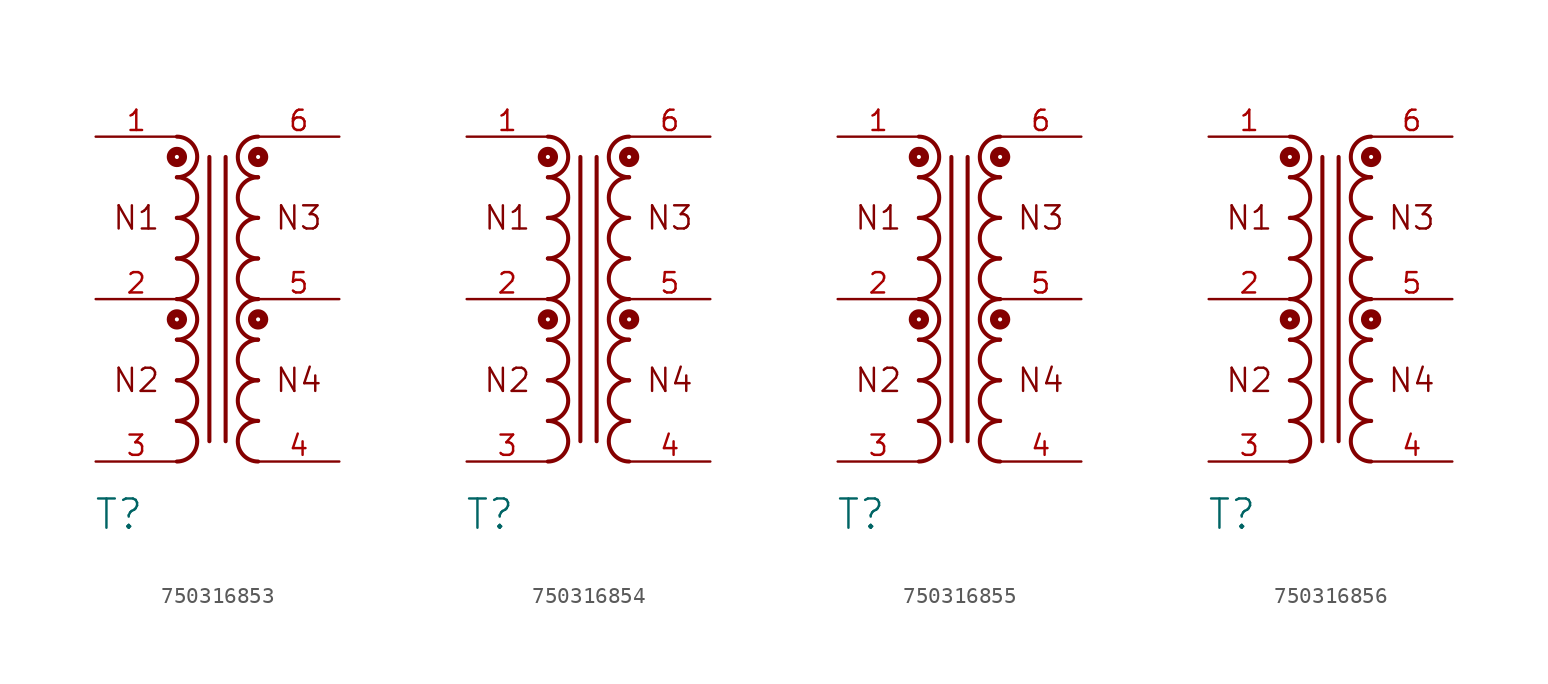
<source format=kicad_sym>
(kicad_symbol_lib
  (version 20231120)
  (generator "kicad_symbol_editor")
  (generator_version "8.0")
  (symbol "750316853"
    (property "Reference" "T"
      (at 1.457 -23.622 0)
      (effects (font (size 1.829 1.829))))
    (symbol "750316853_1_0"
      (polyline (pts (xy 7.112 -1.27) (xy 7.112 -19.05)) (stroke (width 0.254) (type solid)) (fill (type none)))
      (polyline (pts (xy 8.128 -1.27) (xy 8.128 -19.05)) (stroke (width 0.254) (type solid)) (fill (type none)))
      (arc (start 5.08 -20.32) (mid 6.35 -19.05) (end 5.08 -17.78) (stroke (width 0.254) (type solid)) (fill (type none)))
      (arc (start 5.08 -17.78) (mid 6.35 -16.51) (end 5.08 -15.24) (stroke (width 0.254) (type solid)) (fill (type none)))
      (arc (start 5.08 -15.24) (mid 6.35 -13.97) (end 5.08 -12.7) (stroke (width 0.254) (type solid)) (fill (type none)))
      (arc (start 5.08 -12.7) (mid 6.35 -11.43) (end 5.08 -10.16) (stroke (width 0.254) (type solid)) (fill (type none)))
      (circle (center 5.08 -11.43) (radius 0.127) (stroke (width 0.508) (type solid)) (fill (type none)))
      (arc (start 5.08 -10.16) (mid 6.35 -8.89) (end 5.08 -7.62) (stroke (width 0.254) (type solid)) (fill (type none)))
      (arc (start 5.08 -7.62) (mid 6.35 -6.35) (end 5.08 -5.08) (stroke (width 0.254) (type solid)) (fill (type none)))
      (arc (start 5.08 -5.08) (mid 6.35 -3.81) (end 5.08 -2.54) (stroke (width 0.254) (type solid)) (fill (type none)))
      (arc (start 5.08 -2.54) (mid 6.35 -1.27) (end 5.08 0) (stroke (width 0.254) (type solid)) (fill (type none)))
      (circle (center 5.08 -1.27) (radius 0.127) (stroke (width 0.508) (type solid)) (fill (type none)))
      (arc (start 10.16 -17.78) (mid 8.89 -19.05) (end 10.16 -20.32) (stroke (width 0.254) (type solid)) (fill (type none)))
      (arc (start 10.16 -15.24) (mid 8.89 -16.51) (end 10.16 -17.78) (stroke (width 0.254) (type solid)) (fill (type none)))
      (arc (start 10.16 -12.7) (mid 8.89 -13.97) (end 10.16 -15.24) (stroke (width 0.254) (type solid)) (fill (type none)))
      (circle (center 10.16 -11.43) (radius 0.127) (stroke (width 0.508) (type solid)) (fill (type none)))
      (arc (start 10.16 -10.16) (mid 8.89 -11.43) (end 10.16 -12.7) (stroke (width 0.254) (type solid)) (fill (type none)))
      (arc (start 10.16 -7.62) (mid 8.89 -8.89) (end 10.16 -10.16) (stroke (width 0.254) (type solid)) (fill (type none)))
      (arc (start 10.16 -5.08) (mid 8.89 -6.35) (end 10.16 -7.62) (stroke (width 0.254) (type solid)) (fill (type none)))
      (arc (start 10.16 -2.54) (mid 8.89 -3.81) (end 10.16 -5.08) (stroke (width 0.254) (type solid)) (fill (type none)))
      (circle (center 10.16 -1.27) (radius 0.127) (stroke (width 0.508) (type solid)) (fill (type none)))
      (arc (start 10.16 0) (mid 8.89 -1.27) (end 10.16 -2.54) (stroke (width 0.254) (type solid)) (fill (type none)))
      (text "N1" (at 2.54 -5.08 0) (effects (font (size 1.448 1.448))))
      (text "N2" (at 2.54 -15.24 0) (effects (font (size 1.448 1.448))))
      (text "N3" (at 12.7 -5.08 0) (effects (font (size 1.448 1.448))))
      (text "N4" (at 12.7 -15.24 0) (effects (font (size 1.448 1.448))))
      (pin passive line (at 0 0 0) (length 5.08) (name "1" (effects (font (size 0 0)))) (number "1" (effects (font (size 1.27 1.27)))))
      (pin passive line (at 0 -10.16 0) (length 5.08) (name "2" (effects (font (size 0 0)))) (number "2" (effects (font (size 1.27 1.27)))))
      (pin passive line (at 0 -20.32 0) (length 5.08) (name "3" (effects (font (size 0 0)))) (number "3" (effects (font (size 1.27 1.27)))))
      (pin passive line (at 15.24 -20.32 180) (length 5.08) (name "4" (effects (font (size 0 0)))) (number "4" (effects (font (size 1.27 1.27)))))
      (pin passive line (at 15.24 -10.16 180) (length 5.08) (name "5" (effects (font (size 0 0)))) (number "5" (effects (font (size 1.27 1.27)))))
      (pin passive line (at 15.24 0 180) (length 5.08) (name "6" (effects (font (size 0 0)))) (number "6" (effects (font (size 1.27 1.27)))))))
  (symbol "750316854"
    (property "Reference" "T"
      (at 1.457 -23.622 0)
      (effects (font (size 1.829 1.829))))
    (symbol "750316854_1_0"
      (polyline (pts (xy 7.112 -1.27) (xy 7.112 -19.05)) (stroke (width 0.254) (type solid)) (fill (type none)))
      (polyline (pts (xy 8.128 -1.27) (xy 8.128 -19.05)) (stroke (width 0.254) (type solid)) (fill (type none)))
      (arc (start 5.08 -20.32) (mid 6.35 -19.05) (end 5.08 -17.78) (stroke (width 0.254) (type solid)) (fill (type none)))
      (arc (start 5.08 -17.78) (mid 6.35 -16.51) (end 5.08 -15.24) (stroke (width 0.254) (type solid)) (fill (type none)))
      (arc (start 5.08 -15.24) (mid 6.35 -13.97) (end 5.08 -12.7) (stroke (width 0.254) (type solid)) (fill (type none)))
      (arc (start 5.08 -12.7) (mid 6.35 -11.43) (end 5.08 -10.16) (stroke (width 0.254) (type solid)) (fill (type none)))
      (circle (center 5.08 -11.43) (radius 0.127) (stroke (width 0.508) (type solid)) (fill (type none)))
      (arc (start 5.08 -10.16) (mid 6.35 -8.89) (end 5.08 -7.62) (stroke (width 0.254) (type solid)) (fill (type none)))
      (arc (start 5.08 -7.62) (mid 6.35 -6.35) (end 5.08 -5.08) (stroke (width 0.254) (type solid)) (fill (type none)))
      (arc (start 5.08 -5.08) (mid 6.35 -3.81) (end 5.08 -2.54) (stroke (width 0.254) (type solid)) (fill (type none)))
      (arc (start 5.08 -2.54) (mid 6.35 -1.27) (end 5.08 0) (stroke (width 0.254) (type solid)) (fill (type none)))
      (circle (center 5.08 -1.27) (radius 0.127) (stroke (width 0.508) (type solid)) (fill (type none)))
      (arc (start 10.16 -17.78) (mid 8.89 -19.05) (end 10.16 -20.32) (stroke (width 0.254) (type solid)) (fill (type none)))
      (arc (start 10.16 -15.24) (mid 8.89 -16.51) (end 10.16 -17.78) (stroke (width 0.254) (type solid)) (fill (type none)))
      (arc (start 10.16 -12.7) (mid 8.89 -13.97) (end 10.16 -15.24) (stroke (width 0.254) (type solid)) (fill (type none)))
      (circle (center 10.16 -11.43) (radius 0.127) (stroke (width 0.508) (type solid)) (fill (type none)))
      (arc (start 10.16 -10.16) (mid 8.89 -11.43) (end 10.16 -12.7) (stroke (width 0.254) (type solid)) (fill (type none)))
      (arc (start 10.16 -7.62) (mid 8.89 -8.89) (end 10.16 -10.16) (stroke (width 0.254) (type solid)) (fill (type none)))
      (arc (start 10.16 -5.08) (mid 8.89 -6.35) (end 10.16 -7.62) (stroke (width 0.254) (type solid)) (fill (type none)))
      (arc (start 10.16 -2.54) (mid 8.89 -3.81) (end 10.16 -5.08) (stroke (width 0.254) (type solid)) (fill (type none)))
      (circle (center 10.16 -1.27) (radius 0.127) (stroke (width 0.508) (type solid)) (fill (type none)))
      (arc (start 10.16 0) (mid 8.89 -1.27) (end 10.16 -2.54) (stroke (width 0.254) (type solid)) (fill (type none)))
      (text "N1" (at 2.54 -5.08 0) (effects (font (size 1.448 1.448))))
      (text "N2" (at 2.54 -15.24 0) (effects (font (size 1.448 1.448))))
      (text "N3" (at 12.7 -5.08 0) (effects (font (size 1.448 1.448))))
      (text "N4" (at 12.7 -15.24 0) (effects (font (size 1.448 1.448))))
      (pin passive line (at 0 0 0) (length 5.08) (name "1" (effects (font (size 0 0)))) (number "1" (effects (font (size 1.27 1.27)))))
      (pin passive line (at 0 -10.16 0) (length 5.08) (name "2" (effects (font (size 0 0)))) (number "2" (effects (font (size 1.27 1.27)))))
      (pin passive line (at 0 -20.32 0) (length 5.08) (name "3" (effects (font (size 0 0)))) (number "3" (effects (font (size 1.27 1.27)))))
      (pin passive line (at 15.24 -20.32 180) (length 5.08) (name "4" (effects (font (size 0 0)))) (number "4" (effects (font (size 1.27 1.27)))))
      (pin passive line (at 15.24 -10.16 180) (length 5.08) (name "5" (effects (font (size 0 0)))) (number "5" (effects (font (size 1.27 1.27)))))
      (pin passive line (at 15.24 0 180) (length 5.08) (name "6" (effects (font (size 0 0)))) (number "6" (effects (font (size 1.27 1.27)))))))
  (symbol "750316855"
    (property "Reference" "T"
      (at 1.457 -23.622 0)
      (effects (font (size 1.829 1.829))))
    (symbol "750316855_1_0"
      (polyline (pts (xy 7.112 -1.27) (xy 7.112 -19.05)) (stroke (width 0.254) (type solid)) (fill (type none)))
      (polyline (pts (xy 8.128 -1.27) (xy 8.128 -19.05)) (stroke (width 0.254) (type solid)) (fill (type none)))
      (arc (start 5.08 -20.32) (mid 6.35 -19.05) (end 5.08 -17.78) (stroke (width 0.254) (type solid)) (fill (type none)))
      (arc (start 5.08 -17.78) (mid 6.35 -16.51) (end 5.08 -15.24) (stroke (width 0.254) (type solid)) (fill (type none)))
      (arc (start 5.08 -15.24) (mid 6.35 -13.97) (end 5.08 -12.7) (stroke (width 0.254) (type solid)) (fill (type none)))
      (arc (start 5.08 -12.7) (mid 6.35 -11.43) (end 5.08 -10.16) (stroke (width 0.254) (type solid)) (fill (type none)))
      (circle (center 5.08 -11.43) (radius 0.127) (stroke (width 0.508) (type solid)) (fill (type none)))
      (arc (start 5.08 -10.16) (mid 6.35 -8.89) (end 5.08 -7.62) (stroke (width 0.254) (type solid)) (fill (type none)))
      (arc (start 5.08 -7.62) (mid 6.35 -6.35) (end 5.08 -5.08) (stroke (width 0.254) (type solid)) (fill (type none)))
      (arc (start 5.08 -5.08) (mid 6.35 -3.81) (end 5.08 -2.54) (stroke (width 0.254) (type solid)) (fill (type none)))
      (arc (start 5.08 -2.54) (mid 6.35 -1.27) (end 5.08 0) (stroke (width 0.254) (type solid)) (fill (type none)))
      (circle (center 5.08 -1.27) (radius 0.127) (stroke (width 0.508) (type solid)) (fill (type none)))
      (arc (start 10.16 -17.78) (mid 8.89 -19.05) (end 10.16 -20.32) (stroke (width 0.254) (type solid)) (fill (type none)))
      (arc (start 10.16 -15.24) (mid 8.89 -16.51) (end 10.16 -17.78) (stroke (width 0.254) (type solid)) (fill (type none)))
      (arc (start 10.16 -12.7) (mid 8.89 -13.97) (end 10.16 -15.24) (stroke (width 0.254) (type solid)) (fill (type none)))
      (circle (center 10.16 -11.43) (radius 0.127) (stroke (width 0.508) (type solid)) (fill (type none)))
      (arc (start 10.16 -10.16) (mid 8.89 -11.43) (end 10.16 -12.7) (stroke (width 0.254) (type solid)) (fill (type none)))
      (arc (start 10.16 -7.62) (mid 8.89 -8.89) (end 10.16 -10.16) (stroke (width 0.254) (type solid)) (fill (type none)))
      (arc (start 10.16 -5.08) (mid 8.89 -6.35) (end 10.16 -7.62) (stroke (width 0.254) (type solid)) (fill (type none)))
      (arc (start 10.16 -2.54) (mid 8.89 -3.81) (end 10.16 -5.08) (stroke (width 0.254) (type solid)) (fill (type none)))
      (circle (center 10.16 -1.27) (radius 0.127) (stroke (width 0.508) (type solid)) (fill (type none)))
      (arc (start 10.16 0) (mid 8.89 -1.27) (end 10.16 -2.54) (stroke (width 0.254) (type solid)) (fill (type none)))
      (text "N1" (at 2.54 -5.08 0) (effects (font (size 1.448 1.448))))
      (text "N2" (at 2.54 -15.24 0) (effects (font (size 1.448 1.448))))
      (text "N3" (at 12.7 -5.08 0) (effects (font (size 1.448 1.448))))
      (text "N4" (at 12.7 -15.24 0) (effects (font (size 1.448 1.448))))
      (pin passive line (at 0 0 0) (length 5.08) (name "1" (effects (font (size 0 0)))) (number "1" (effects (font (size 1.27 1.27)))))
      (pin passive line (at 0 -10.16 0) (length 5.08) (name "2" (effects (font (size 0 0)))) (number "2" (effects (font (size 1.27 1.27)))))
      (pin passive line (at 0 -20.32 0) (length 5.08) (name "3" (effects (font (size 0 0)))) (number "3" (effects (font (size 1.27 1.27)))))
      (pin passive line (at 15.24 -20.32 180) (length 5.08) (name "4" (effects (font (size 0 0)))) (number "4" (effects (font (size 1.27 1.27)))))
      (pin passive line (at 15.24 -10.16 180) (length 5.08) (name "5" (effects (font (size 0 0)))) (number "5" (effects (font (size 1.27 1.27)))))
      (pin passive line (at 15.24 0 180) (length 5.08) (name "6" (effects (font (size 0 0)))) (number "6" (effects (font (size 1.27 1.27)))))))
  (symbol "750316856"
    (property "Reference" "T"
      (at 1.457 -23.622 0)
      (effects (font (size 1.829 1.829))))
    (symbol "750316856_1_0"
      (polyline (pts (xy 7.112 -1.27) (xy 7.112 -19.05)) (stroke (width 0.254) (type solid)) (fill (type none)))
      (polyline (pts (xy 8.128 -1.27) (xy 8.128 -19.05)) (stroke (width 0.254) (type solid)) (fill (type none)))
      (arc (start 5.08 -20.32) (mid 6.35 -19.05) (end 5.08 -17.78) (stroke (width 0.254) (type solid)) (fill (type none)))
      (arc (start 5.08 -17.78) (mid 6.35 -16.51) (end 5.08 -15.24) (stroke (width 0.254) (type solid)) (fill (type none)))
      (arc (start 5.08 -15.24) (mid 6.35 -13.97) (end 5.08 -12.7) (stroke (width 0.254) (type solid)) (fill (type none)))
      (arc (start 5.08 -12.7) (mid 6.35 -11.43) (end 5.08 -10.16) (stroke (width 0.254) (type solid)) (fill (type none)))
      (circle (center 5.08 -11.43) (radius 0.127) (stroke (width 0.508) (type solid)) (fill (type none)))
      (arc (start 5.08 -10.16) (mid 6.35 -8.89) (end 5.08 -7.62) (stroke (width 0.254) (type solid)) (fill (type none)))
      (arc (start 5.08 -7.62) (mid 6.35 -6.35) (end 5.08 -5.08) (stroke (width 0.254) (type solid)) (fill (type none)))
      (arc (start 5.08 -5.08) (mid 6.35 -3.81) (end 5.08 -2.54) (stroke (width 0.254) (type solid)) (fill (type none)))
      (arc (start 5.08 -2.54) (mid 6.35 -1.27) (end 5.08 0) (stroke (width 0.254) (type solid)) (fill (type none)))
      (circle (center 5.08 -1.27) (radius 0.127) (stroke (width 0.508) (type solid)) (fill (type none)))
      (arc (start 10.16 -17.78) (mid 8.89 -19.05) (end 10.16 -20.32) (stroke (width 0.254) (type solid)) (fill (type none)))
      (arc (start 10.16 -15.24) (mid 8.89 -16.51) (end 10.16 -17.78) (stroke (width 0.254) (type solid)) (fill (type none)))
      (arc (start 10.16 -12.7) (mid 8.89 -13.97) (end 10.16 -15.24) (stroke (width 0.254) (type solid)) (fill (type none)))
      (circle (center 10.16 -11.43) (radius 0.127) (stroke (width 0.508) (type solid)) (fill (type none)))
      (arc (start 10.16 -10.16) (mid 8.89 -11.43) (end 10.16 -12.7) (stroke (width 0.254) (type solid)) (fill (type none)))
      (arc (start 10.16 -7.62) (mid 8.89 -8.89) (end 10.16 -10.16) (stroke (width 0.254) (type solid)) (fill (type none)))
      (arc (start 10.16 -5.08) (mid 8.89 -6.35) (end 10.16 -7.62) (stroke (width 0.254) (type solid)) (fill (type none)))
      (arc (start 10.16 -2.54) (mid 8.89 -3.81) (end 10.16 -5.08) (stroke (width 0.254) (type solid)) (fill (type none)))
      (circle (center 10.16 -1.27) (radius 0.127) (stroke (width 0.508) (type solid)) (fill (type none)))
      (arc (start 10.16 0) (mid 8.89 -1.27) (end 10.16 -2.54) (stroke (width 0.254) (type solid)) (fill (type none)))
      (text "N1" (at 2.54 -5.08 0) (effects (font (size 1.448 1.448))))
      (text "N2" (at 2.54 -15.24 0) (effects (font (size 1.448 1.448))))
      (text "N3" (at 12.7 -5.08 0) (effects (font (size 1.448 1.448))))
      (text "N4" (at 12.7 -15.24 0) (effects (font (size 1.448 1.448))))
      (pin passive line (at 0 0 0) (length 5.08) (name "1" (effects (font (size 0 0)))) (number "1" (effects (font (size 1.27 1.27)))))
      (pin passive line (at 0 -10.16 0) (length 5.08) (name "2" (effects (font (size 0 0)))) (number "2" (effects (font (size 1.27 1.27)))))
      (pin passive line (at 0 -20.32 0) (length 5.08) (name "3" (effects (font (size 0 0)))) (number "3" (effects (font (size 1.27 1.27)))))
      (pin passive line (at 15.24 -20.32 180) (length 5.08) (name "4" (effects (font (size 0 0)))) (number "4" (effects (font (size 1.27 1.27)))))
      (pin passive line (at 15.24 -10.16 180) (length 5.08) (name "5" (effects (font (size 0 0)))) (number "5" (effects (font (size 1.27 1.27)))))
      (pin passive line (at 15.24 0 180) (length 5.08) (name "6" (effects (font (size 0 0)))) (number "6" (effects (font (size 1.27 1.27))))))))
</source>
